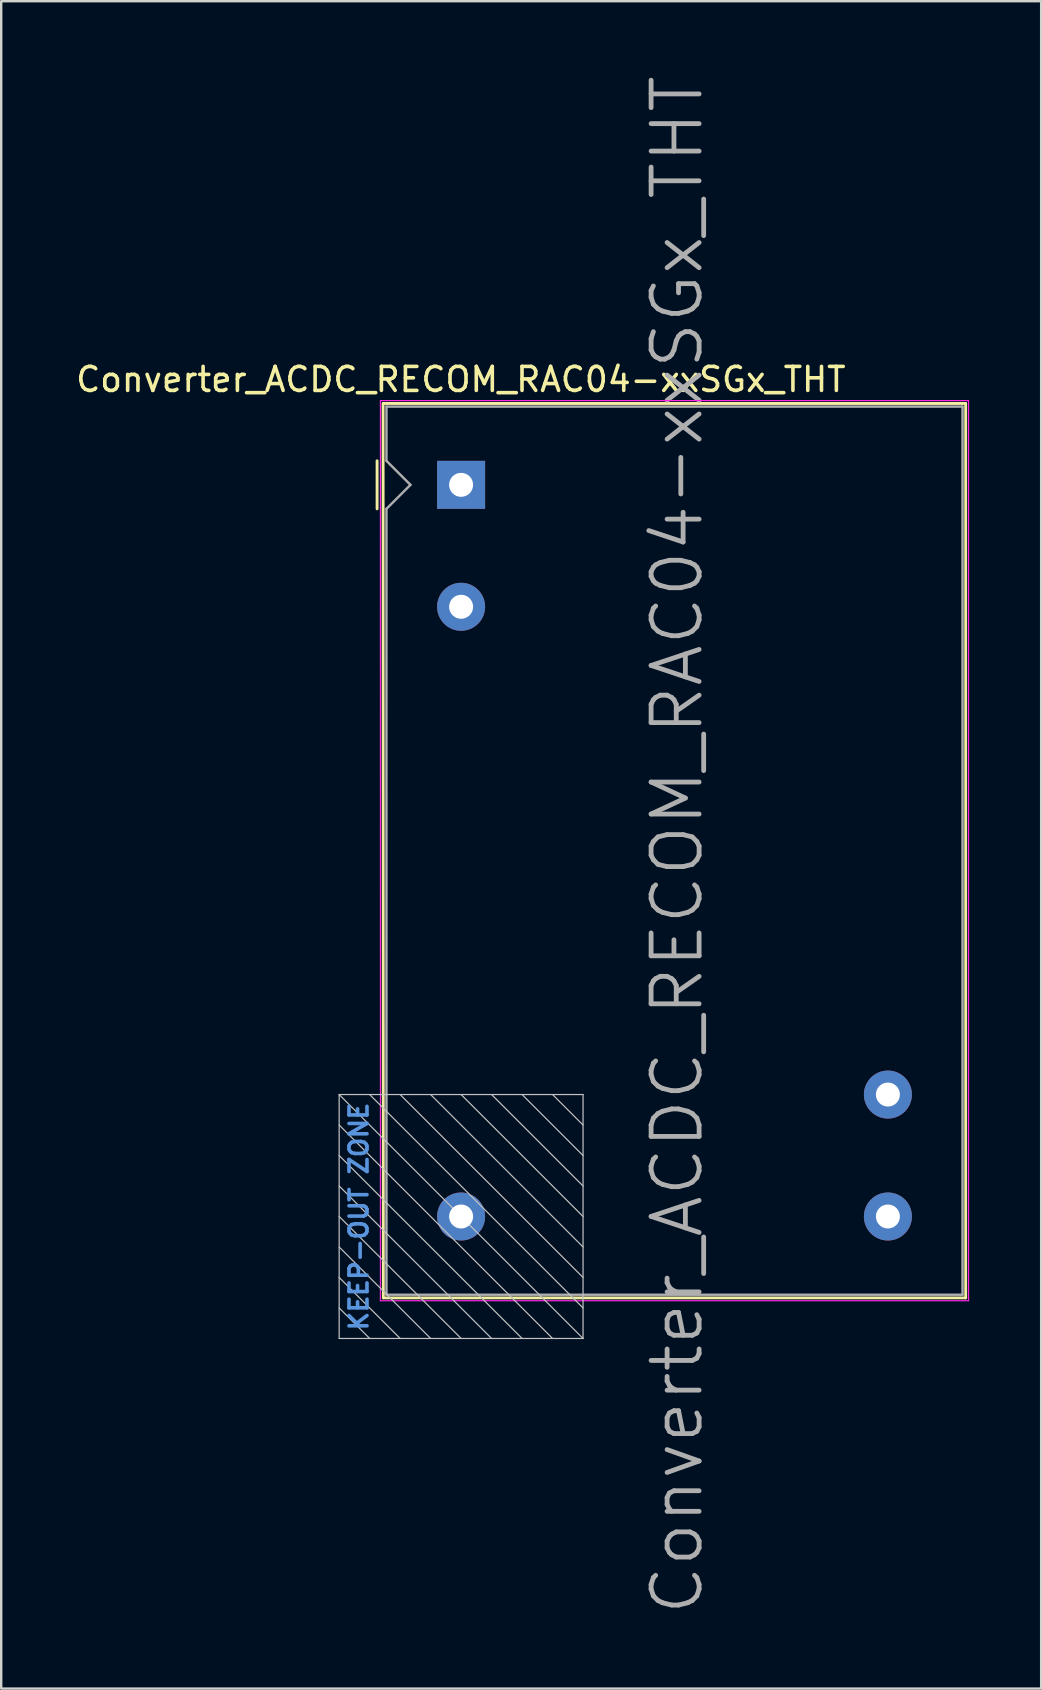
<source format=kicad_pcb>
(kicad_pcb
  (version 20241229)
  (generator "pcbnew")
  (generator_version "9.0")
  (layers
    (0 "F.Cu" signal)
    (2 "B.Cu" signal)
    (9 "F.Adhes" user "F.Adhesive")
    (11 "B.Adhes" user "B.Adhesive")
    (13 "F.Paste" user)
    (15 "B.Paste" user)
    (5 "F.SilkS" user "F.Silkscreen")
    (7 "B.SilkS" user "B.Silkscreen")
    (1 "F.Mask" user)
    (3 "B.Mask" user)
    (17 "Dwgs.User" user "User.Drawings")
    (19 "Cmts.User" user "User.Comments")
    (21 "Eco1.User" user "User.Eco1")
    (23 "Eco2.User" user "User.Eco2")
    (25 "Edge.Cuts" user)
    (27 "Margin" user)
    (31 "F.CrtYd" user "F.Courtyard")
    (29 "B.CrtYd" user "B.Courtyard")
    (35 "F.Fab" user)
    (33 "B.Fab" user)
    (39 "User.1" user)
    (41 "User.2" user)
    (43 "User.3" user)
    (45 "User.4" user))
  (footprint "Converter_ACDC_RECOM_RAC04-xxSGx_THT"
    (layer "F.Cu")
    (at 16.159 17.148)
    (property "Reference" "Converter_ACDC_RECOM_RAC04-xxSGx_THT" (at -0.01 -4.39 180) (layer "F.SilkS") (effects (font (size 1 1) (thickness 0.15))))
    (attr through_hole)
    (fp_line (start -3.5 1) (end -3.5 -1) (stroke (width 0.12) (type solid)) (layer "F.SilkS"))
    (fp_line (start -3.24 -3.39) (end 21.02 -3.39) (stroke (width 0.12) (type solid)) (layer "F.SilkS"))
    (fp_line (start -3.24 33.87) (end -3.25 -3.39) (stroke (width 0.12) (type solid)) (layer "F.SilkS"))
    (fp_line (start -3.24 33.87) (end 21.02 33.87) (stroke (width 0.12) (type solid)) (layer "F.SilkS"))
    (fp_line (start 21.02 -3.39) (end 21.02 33.87) (stroke (width 0.12) (type solid)) (layer "F.SilkS"))
    (fp_line (start -5.08 25.4) (end 5.08 25.4) (stroke (width 0.05) (type solid)) (layer "Dwgs.User"))
    (fp_line (start -5.08 25.4) (end 5.08 35.56) (stroke (width 0.05) (type solid)) (layer "Dwgs.User"))
    (fp_line (start -5.08 26.67) (end 3.81 35.56) (stroke (width 0.05) (type solid)) (layer "Dwgs.User"))
    (fp_line (start -5.08 27.94) (end 2.54 35.56) (stroke (width 0.05) (type solid)) (layer "Dwgs.User"))
    (fp_line (start -5.08 29.21) (end 1.27 35.56) (stroke (width 0.05) (type solid)) (layer "Dwgs.User"))
    (fp_line (start -5.08 30.48) (end 0 35.56) (stroke (width 0.05) (type solid)) (layer "Dwgs.User"))
    (fp_line (start -5.08 31.75) (end -1.27 35.56) (stroke (width 0.05) (type solid)) (layer "Dwgs.User"))
    (fp_line (start -5.08 33.02) (end -2.54 35.56) (stroke (width 0.05) (type solid)) (layer "Dwgs.User"))
    (fp_line (start -5.08 34.29) (end -3.81 35.56) (stroke (width 0.05) (type solid)) (layer "Dwgs.User"))
    (fp_line (start -5.08 35.56) (end -5.08 25.4) (stroke (width 0.05) (type solid)) (layer "Dwgs.User"))
    (fp_line (start 5.08 25.4) (end 5.08 35.56) (stroke (width 0.05) (type solid)) (layer "Dwgs.User"))
    (fp_line (start 5.08 26.67) (end 3.81 25.4) (stroke (width 0.05) (type solid)) (layer "Dwgs.User"))
    (fp_line (start 5.08 27.94) (end 2.54 25.4) (stroke (width 0.05) (type solid)) (layer "Dwgs.User"))
    (fp_line (start 5.08 29.21) (end 1.27 25.4) (stroke (width 0.05) (type solid)) (layer "Dwgs.User"))
    (fp_line (start 5.08 30.48) (end 0 25.4) (stroke (width 0.05) (type solid)) (layer "Dwgs.User"))
    (fp_line (start 5.08 31.75) (end -1.27 25.4) (stroke (width 0.05) (type solid)) (layer "Dwgs.User"))
    (fp_line (start 5.08 33.02) (end -2.54 25.4) (stroke (width 0.05) (type solid)) (layer "Dwgs.User"))
    (fp_line (start 5.08 34.29) (end -3.81 25.4) (stroke (width 0.05) (type solid)) (layer "Dwgs.User"))
    (fp_line (start 5.08 35.56) (end -5.08 35.56) (stroke (width 0.05) (type solid)) (layer "Dwgs.User"))
    (fp_line (start -3.36 -3.51) (end -3.36 33.99) (stroke (width 0.05) (type solid)) (layer "F.CrtYd"))
    (fp_line (start -3.36 -3.51) (end 21.14 -3.51) (stroke (width 0.05) (type solid)) (layer "F.CrtYd"))
    (fp_line (start 21.14 -3.51) (end 21.14 33.99) (stroke (width 0.05) (type solid)) (layer "F.CrtYd"))
    (fp_line (start 21.14 33.99) (end -3.36 33.99) (stroke (width 0.05) (type solid)) (layer "F.CrtYd"))
    (fp_line (start -3.11 -3.26) (end 20.89 -3.26) (stroke (width 0.1) (type solid)) (layer "F.Fab"))
    (fp_line (start -3.11 -1) (end -3.11 -3.26) (stroke (width 0.1) (type solid)) (layer "F.Fab"))
    (fp_line (start -3.11 -1) (end -2.11 0) (stroke (width 0.1) (type solid)) (layer "F.Fab"))
    (fp_line (start -3.11 1) (end -2.11 0) (stroke (width 0.1) (type solid)) (layer "F.Fab"))
    (fp_line (start -3.11 33.74) (end -3.11 1) (stroke (width 0.1) (type solid)) (layer "F.Fab"))
    (fp_line (start -3.11 33.74) (end 20.89 33.74) (stroke (width 0.1) (type solid)) (layer "F.Fab"))
    (fp_line (start 20.89 -3.26) (end 20.89 33.74) (stroke (width 0.1) (type solid)) (layer "F.Fab"))
    (fp_text user "KEEP-OUT ZONE" (at -4.26 30.48 90) (layer "Cmts.User") (effects (font (size 0.75 0.75) (thickness 0.15))))
    (fp_text user "${REFERENCE}" (at 9 15 90) (layer "F.Fab") (effects (font (size 2 2) (thickness 0.2))))
    (pad "1" thru_hole rect (at 0 0 90) (size 2 2) (drill 1) (layers "*.Cu" "*.Mask"))
    (pad "2" thru_hole circle (at 0 5.08 90) (size 2 2) (drill 1) (layers "*.Cu" "*.Mask"))
    (pad "3" thru_hole circle (at 0 30.48 180) (size 2 2) (drill 1) (layers "*.Cu" "*.Mask"))
    (pad "4" thru_hole circle (at 17.78 30.48 90) (size 2 2) (drill 1) (layers "*.Cu" "*.Mask"))
    (pad "5" thru_hole circle (at 17.78 25.4 90) (size 2 2) (drill 1) (layers "*.Cu" "*.Mask")))
  (gr_rect
    (start -3 -3)
    (end 40.324 67.295)
    (stroke (width 0.1) (type default))
    (fill no)
    (layer "Edge.Cuts")))
</source>
